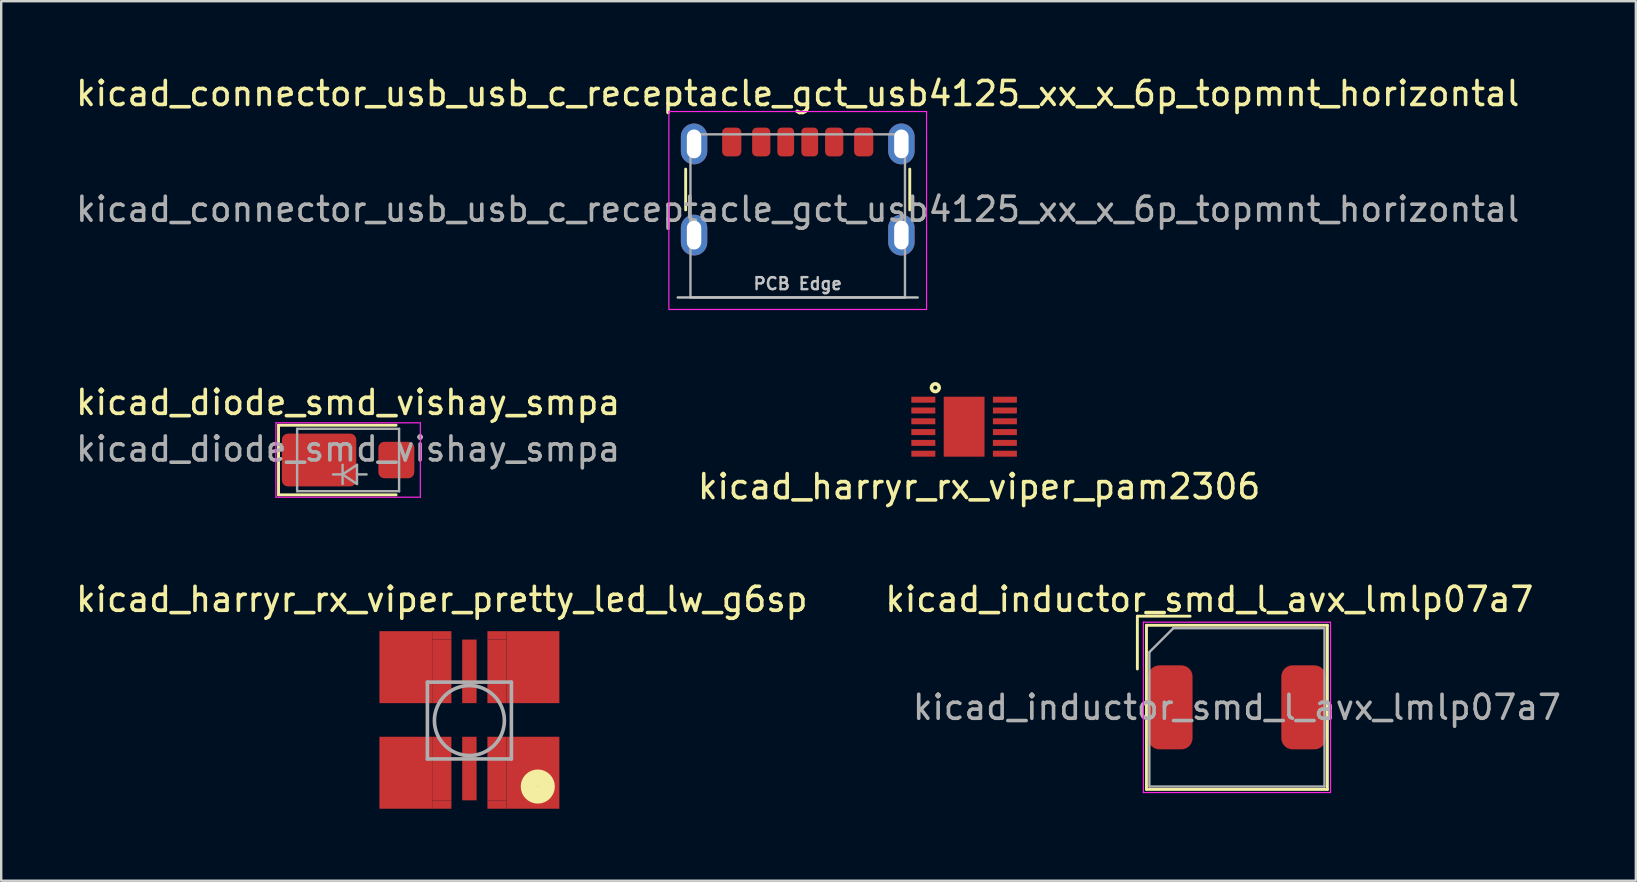
<source format=kicad_pcb>
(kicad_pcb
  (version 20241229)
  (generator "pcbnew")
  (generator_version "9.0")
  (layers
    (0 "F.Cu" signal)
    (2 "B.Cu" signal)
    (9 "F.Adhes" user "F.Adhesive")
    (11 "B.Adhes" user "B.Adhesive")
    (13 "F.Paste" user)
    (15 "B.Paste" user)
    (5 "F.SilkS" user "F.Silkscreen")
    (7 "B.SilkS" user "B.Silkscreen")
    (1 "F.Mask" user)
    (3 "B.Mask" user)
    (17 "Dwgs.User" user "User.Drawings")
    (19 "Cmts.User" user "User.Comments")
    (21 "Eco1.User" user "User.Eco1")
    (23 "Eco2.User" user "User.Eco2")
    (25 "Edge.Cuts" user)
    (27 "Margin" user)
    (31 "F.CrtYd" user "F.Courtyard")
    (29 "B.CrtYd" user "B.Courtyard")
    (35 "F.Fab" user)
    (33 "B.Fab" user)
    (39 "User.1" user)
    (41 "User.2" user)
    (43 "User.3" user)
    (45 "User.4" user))
  (footprint "kicad_connector_usb_usb_c_receptacle_gct_usb4125_xx_x_6p_topmnt_horizontal"
    (layer "F.Cu")
    (at 30.196 5.948)
    (property "Reference" "kicad_connector_usb_usb_c_receptacle_gct_usb4125_xx_x_6p_topmnt_horizontal" (at 0 -5.1 0) (unlocked yes) (layer "F.SilkS") (effects (font (size 1 1) (thickness 0.15))))
    (attr smd)
    (fp_line (start -4.67 -0.25) (end -4.67 -1.95) (stroke (width 0.12) (type solid)) (layer "F.SilkS"))
    (fp_line (start 4.67 -0.25) (end 4.67 -1.95) (stroke (width 0.12) (type solid)) (layer "F.SilkS"))
    (fp_line (start 5 3.4) (end -5 3.4) (stroke (width 0.1) (type solid)) (layer "Dwgs.User"))
    (fp_rect (start -5.37 -4.35) (end 5.37 3.9) (stroke (width 0.05) (type solid)) (fill no) (layer "F.CrtYd"))
    (fp_rect (start -4.47 -3.4) (end 4.47 3.4) (stroke (width 0.1) (type solid)) (fill no) (layer "F.Fab"))
    (fp_text user "PCB Edge" (at 0 2.825 0) (unlocked yes) (layer "Dwgs.User") (effects (font (size 0.5 0.5) (thickness 0.1))))
    (fp_text user "${REFERENCE}" (at 0 -0.275 0) (unlocked yes) (layer "F.Fab") (effects (font (size 1 1) (thickness 0.15))))
    (pad "A5" smd roundrect (at -0.5 -3.08) (size 0.7 1.2) (layers "F.Cu" "F.Mask" "F.Paste") (roundrect_rratio 0.25))
    (pad "A9" smd roundrect (at 1.52 -3.08 180) (size 0.76 1.2) (layers "F.Cu" "F.Mask" "F.Paste") (roundrect_rratio 0.25))
    (pad "A12" smd roundrect (at 2.75 -3.08 180) (size 0.8 1.2) (layers "F.Cu" "F.Mask" "F.Paste") (roundrect_rratio 0.25))
    (pad "B5" smd roundrect (at 0.5 -3.08 180) (size 0.7 1.2) (layers "F.Cu" "F.Mask" "F.Paste") (roundrect_rratio 0.25))
    (pad "B9" smd roundrect (at -1.52 -3.08) (size 0.76 1.2) (layers "F.Cu" "F.Mask" "F.Paste") (roundrect_rratio 0.25))
    (pad "B12" smd roundrect (at -2.75 -3.08) (size 0.8 1.2) (layers "F.Cu" "F.Mask" "F.Paste") (roundrect_rratio 0.25))
    (pad "S1" thru_hole oval (at -4.32 -3) (size 1.1 1.7) (drill oval 0.6 1.2) (layers "*.Cu" "*.Mask" "F.Paste"))
    (pad "S1" thru_hole oval (at -4.32 0.8) (size 1.1 1.7) (drill oval 0.6 1.2) (layers "*.Cu" "*.Mask" "F.Paste"))
    (pad "S1" thru_hole oval (at 4.32 -3) (size 1.1 1.7) (drill oval 0.6 1.2) (layers "*.Cu" "*.Mask" "F.Paste"))
    (pad "S1" thru_hole oval (at 4.32 0.8) (size 1.1 1.7) (drill oval 0.6 1.2) (layers "*.Cu" "*.Mask" "F.Paste")))
  (footprint "kicad_diode_smd_vishay_smpa"
    (layer "F.Cu")
    (at 11.458 16.122)
    (property "Reference" "kicad_diode_smd_vishay_smpa" (at 0 -2.4 0) (layer "F.SilkS") (effects (font (size 1 1) (thickness 0.15))))
    (attr smd)
    (fp_line (start -2.9 -1.45) (end -2.9 1.45) (stroke (width 0.12) (type solid)) (layer "F.SilkS"))
    (fp_line (start -2.9 -1.45) (end 2 -1.45) (stroke (width 0.12) (type solid)) (layer "F.SilkS"))
    (fp_line (start -2.9 1.45) (end 2 1.45) (stroke (width 0.12) (type solid)) (layer "F.SilkS"))
    (fp_line (start -3.01 -1.55) (end 3.01 -1.55) (stroke (width 0.05) (type solid)) (layer "F.CrtYd"))
    (fp_line (start -3.01 1.55) (end -3.01 -1.55) (stroke (width 0.05) (type solid)) (layer "F.CrtYd"))
    (fp_line (start 3.01 -1.55) (end 3.01 1.55) (stroke (width 0.05) (type solid)) (layer "F.CrtYd"))
    (fp_line (start 3.01 1.55) (end -3.01 1.55) (stroke (width 0.05) (type solid)) (layer "F.CrtYd"))
    (fp_line (start -2.125 1.3) (end -2.125 -1.3) (stroke (width 0.1) (type solid)) (layer "F.Fab"))
    (fp_line (start -0.23 0.2) (end -0.23 1) (stroke (width 0.1) (type solid)) (layer "F.Fab"))
    (fp_line (start -0.23 0.6) (end -0.63 0.6) (stroke (width 0.1) (type solid)) (layer "F.Fab"))
    (fp_line (start -0.23 0.6) (end 0.37 0.2) (stroke (width 0.1) (type solid)) (layer "F.Fab"))
    (fp_line (start -0.23 0.6) (end 0.37 1) (stroke (width 0.1) (type solid)) (layer "F.Fab"))
    (fp_line (start 0.37 0.6) (end 0.77 0.6) (stroke (width 0.1) (type solid)) (layer "F.Fab"))
    (fp_line (start 0.37 1) (end 0.37 0.2) (stroke (width 0.1) (type solid)) (layer "F.Fab"))
    (fp_line (start 2.125 -1.3) (end -2.125 -1.3) (stroke (width 0.1) (type solid)) (layer "F.Fab"))
    (fp_line (start 2.125 -1.3) (end 2.125 1.3) (stroke (width 0.1) (type solid)) (layer "F.Fab"))
    (fp_line (start 2.125 1.3) (end -2.125 1.3) (stroke (width 0.1) (type solid)) (layer "F.Fab"))
    (fp_text user "${REFERENCE}" (at 0 -0.46 0) (layer "F.Fab") (effects (font (size 1 1) (thickness 0.15))))
    (pad "1" smd roundrect (at -1.21 0) (size 3.1 2.2) (layers "F.Cu" "F.Mask" "F.Paste") (roundrect_rratio 0.114))
    (pad "2" smd roundrect (at 2.01 0) (size 1.5 1.52) (layers "F.Cu" "F.Mask" "F.Paste") (roundrect_rratio 0.167)))
  (footprint "kicad_inductor_smd_l_avx_lmlp07a7"
    (layer "F.Cu")
    (at 48.501 26.43)
    (property "Reference" "kicad_inductor_smd_l_avx_lmlp07a7" (at -1.15 -4.5 0) (layer "F.SilkS") (effects (font (size 1 1) (thickness 0.15))))
    (attr smd)
    (fp_line (start -4.15 -3.8) (end -1.95 -3.8) (stroke (width 0.12) (type solid)) (layer "F.SilkS"))
    (fp_line (start -4.15 -1.6) (end -4.15 -3.8) (stroke (width 0.12) (type solid)) (layer "F.SilkS"))
    (fp_line (start -3.77 -3.42) (end -3.77 3.42) (stroke (width 0.12) (type solid)) (layer "F.SilkS"))
    (fp_line (start -3.77 -3.42) (end 3.77 -3.42) (stroke (width 0.12) (type solid)) (layer "F.SilkS"))
    (fp_line (start -3.77 3.42) (end 3.77 3.42) (stroke (width 0.12) (type solid)) (layer "F.SilkS"))
    (fp_line (start 3.77 -3.42) (end 3.77 3.42) (stroke (width 0.12) (type solid)) (layer "F.SilkS"))
    (fp_line (start -3.9 -3.55) (end -3.9 3.55) (stroke (width 0.05) (type solid)) (layer "F.CrtYd"))
    (fp_line (start -3.9 -3.55) (end 3.9 -3.55) (stroke (width 0.05) (type solid)) (layer "F.CrtYd"))
    (fp_line (start -3.9 3.55) (end 3.9 3.55) (stroke (width 0.05) (type solid)) (layer "F.CrtYd"))
    (fp_line (start 3.9 -3.55) (end 3.9 3.55) (stroke (width 0.05) (type solid)) (layer "F.CrtYd"))
    (fp_line (start -3.65 -2.3) (end -2.65 -3.3) (stroke (width 0.1) (type solid)) (layer "F.Fab"))
    (fp_line (start -3.65 3.3) (end -3.65 -2.3) (stroke (width 0.1) (type solid)) (layer "F.Fab"))
    (fp_line (start -2.65 -3.3) (end 3.65 -3.3) (stroke (width 0.1) (type solid)) (layer "F.Fab"))
    (fp_line (start 3.65 -3.3) (end 3.65 3.3) (stroke (width 0.1) (type solid)) (layer "F.Fab"))
    (fp_line (start 3.65 3.3) (end -3.65 3.3) (stroke (width 0.1) (type solid)) (layer "F.Fab"))
    (fp_text user "${REFERENCE}" (at 0 0 0) (layer "F.Fab") (effects (font (size 1 1) (thickness 0.15))))
    (pad "1" smd roundrect (at -2.775 0) (size 1.85 3.5) (layers "F.Cu" "F.Mask" "F.Paste") (roundrect_rratio 0.25))
    (pad "2" smd roundrect (at 2.775 0) (size 1.85 3.5) (layers "F.Cu" "F.Mask" "F.Paste") (roundrect_rratio 0.25)))
  (footprint "kicad_harryr_rx_viper_pam2306"
    (layer "F.Cu")
    (at 35.431 13.608)
    (property "Reference" "kicad_harryr_rx_viper_pam2306" (at 2.325 3.625 0) (layer "F.SilkS") (effects (font (size 1 1) (thickness 0.15))))
    (attr through_hole)
    (fp_circle (center 0.5 -0.5) (end 0.625 -0.4) (stroke (width 0.15) (type solid)) (fill no) (layer "F.SilkS"))
    (pad "1" smd rect (at 0 0) (size 1 0.25) (layers "F.Cu" "F.Mask" "F.Paste"))
    (pad "2" smd rect (at 0 0.45) (size 1 0.25) (layers "F.Cu" "F.Mask" "F.Paste"))
    (pad "3" smd rect (at 0 0.9) (size 1 0.25) (layers "F.Cu" "F.Mask" "F.Paste"))
    (pad "4" smd rect (at 0 1.35) (size 1 0.25) (layers "F.Cu" "F.Mask" "F.Paste"))
    (pad "5" smd rect (at 0 1.8) (size 1 0.25) (layers "F.Cu" "F.Mask" "F.Paste"))
    (pad "6" smd rect (at 0 2.25) (size 1 0.25) (layers "F.Cu" "F.Mask" "F.Paste"))
    (pad "7" smd rect (at 3.4 2.25) (size 1 0.25) (layers "F.Cu" "F.Mask" "F.Paste"))
    (pad "8" smd rect (at 3.4 1.8) (size 1 0.25) (layers "F.Cu" "F.Mask" "F.Paste"))
    (pad "9" smd rect (at 1.7 1.125) (size 1.7 2.5) (layers "F.Cu" "F.Mask" "F.Paste"))
    (pad "9" smd rect (at 3.4 1.35) (size 1 0.25) (layers "F.Cu" "F.Mask" "F.Paste"))
    (pad "10" smd rect (at 3.4 0.9) (size 1 0.25) (layers "F.Cu" "F.Mask" "F.Paste"))
    (pad "11" smd rect (at 3.4 0.45) (size 1 0.25) (layers "F.Cu" "F.Mask" "F.Paste"))
    (pad "12" smd rect (at 3.4 0) (size 1 0.25) (layers "F.Cu" "F.Mask" "F.Paste")))
  (footprint "kicad_harryr_rx_viper_pretty_led_lw_g6sp"
    (layer "F.Cu")
    (at 15.363 24.93)
    (property "Reference" "kicad_harryr_rx_viper_pretty_led_lw_g6sp" (at 0 -3 0) (layer "F.SilkS") (effects (font (size 1 1) (thickness 0.15))))
    (attr through_hole)
    (fp_circle (center 4 4.8) (end 3.7 4.6) (stroke (width 0.7) (type solid)) (fill no) (layer "F.SilkS"))
    (fp_line (start -0.6 0.45) (end -0.6 3.65) (stroke (width 0.15) (type solid)) (layer "F.Fab"))
    (fp_line (start -0.6 0.45) (end 2.9 0.45) (stroke (width 0.15) (type solid)) (layer "F.Fab"))
    (fp_line (start -0.6 3.65) (end 2.9 3.65) (stroke (width 0.15) (type solid)) (layer "F.Fab"))
    (fp_line (start 2.9 0.45) (end 2.9 3.65) (stroke (width 0.15) (type solid)) (layer "F.Fab"))
    (fp_circle (center 1.15 2.05) (end 2.6 1.9) (stroke (width 0.15) (type solid)) (fill no) (layer "F.Fab"))
    (pad "1" smd rect (at 1.15 0) (size 0.6 2.65) (layers "F.Cu" "F.Mask"))
    (pad "2" smd rect (at 0 0) (size 0.8 2.65) (layers "F.Cu" "F.Mask"))
    (pad "2" smd rect (at 0 4.05) (size 0.8 2.65) (layers "F.Cu" "F.Mask"))
    (pad "2" smd rect (at 2.3 0) (size 0.8 2.65) (layers "F.Cu" "F.Mask"))
    (pad "2" smd rect (at 2.3 4.05) (size 0.8 2.65) (layers "F.Cu" "F.Mask"))
    (pad "~" smd rect (at -1.5 -0.175) (size 2.2 3) (layers "F.Cu"))
    (pad "~" smd rect (at -1.5 4.225) (size 2.2 3) (layers "F.Cu"))
    (pad "~" smd rect (at 0 -1.5) (size 0.8 0.35) (layers "F.Cu"))
    (pad "~" smd rect (at 0 5.55) (size 0.8 0.35) (layers "F.Cu"))
    (pad "~" smd rect (at 1.15 4.05) (size 0.6 2.65) (layers "F.Cu" "F.Mask"))
    (pad "~" smd rect (at 2.3 -1.5) (size 0.8 0.35) (layers "F.Cu"))
    (pad "~" smd rect (at 2.3 5.55) (size 0.8 0.35) (layers "F.Cu"))
    (pad "~" smd rect (at 3.8 -0.175) (size 2.2 3) (layers "F.Cu"))
    (pad "~" smd rect (at 3.8 4.225) (size 2.2 3) (layers "F.Cu")))
  (gr_rect
    (start -3 -3)
    (end 65.126 33.655)
    (stroke (width 0.1) (type default))
    (fill no)
    (layer "Edge.Cuts")))
</source>
